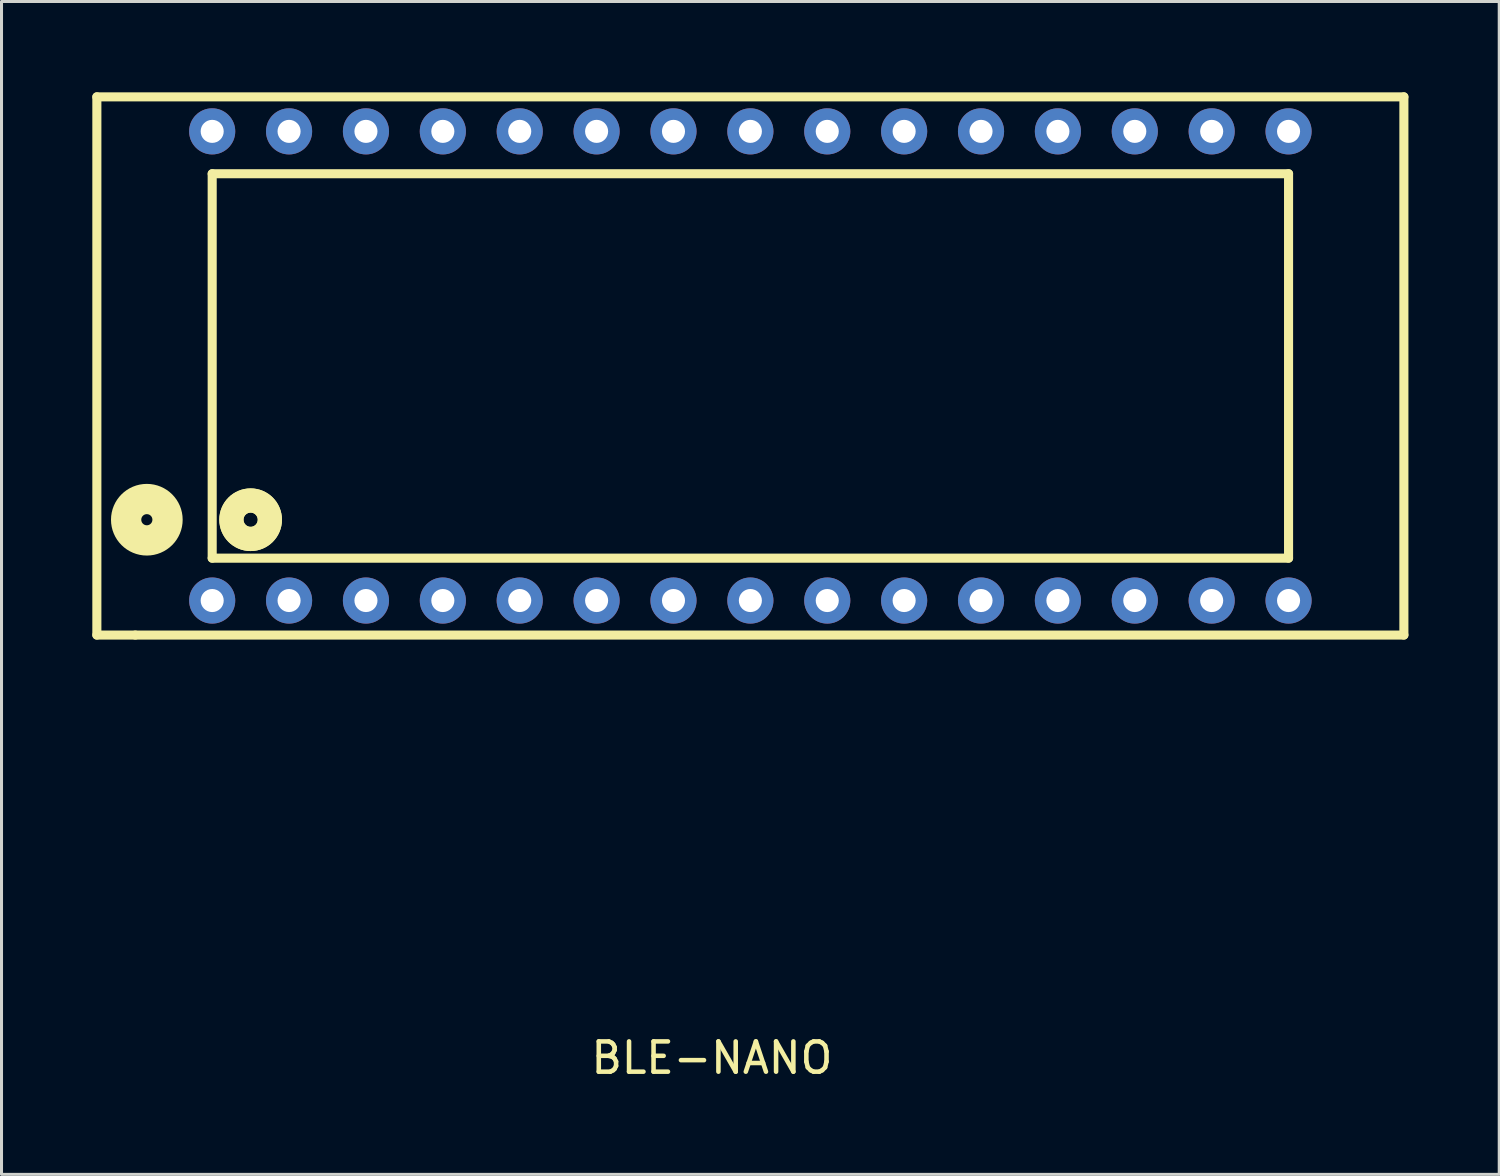
<source format=kicad_pcb>
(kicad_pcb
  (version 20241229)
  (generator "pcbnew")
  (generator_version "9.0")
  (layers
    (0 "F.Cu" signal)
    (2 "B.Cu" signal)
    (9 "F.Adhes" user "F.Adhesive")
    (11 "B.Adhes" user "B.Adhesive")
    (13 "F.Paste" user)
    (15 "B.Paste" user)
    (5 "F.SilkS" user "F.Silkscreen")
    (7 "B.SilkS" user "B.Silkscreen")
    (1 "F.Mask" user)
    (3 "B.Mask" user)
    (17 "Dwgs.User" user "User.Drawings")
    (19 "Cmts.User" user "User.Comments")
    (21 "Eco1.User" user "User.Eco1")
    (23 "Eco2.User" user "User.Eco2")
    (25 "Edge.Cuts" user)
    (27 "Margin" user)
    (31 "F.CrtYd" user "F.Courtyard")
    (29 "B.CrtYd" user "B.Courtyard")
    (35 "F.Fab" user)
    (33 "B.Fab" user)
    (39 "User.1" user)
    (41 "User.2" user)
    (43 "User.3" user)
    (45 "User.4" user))
  (footprint "BLE-NANO"
    (layer "F.Cu")
    (at 20.47 9.04)
    (property "Reference" "BLE-NANO" (at 0 22.86 0) (layer "F.SilkS") (effects (font (size 1 1) (thickness 0.15))))
    (attr through_hole)
    (fp_line (start -20.32 -8.89) (end 22.86 -8.89) (stroke (width 0.3) (type solid)) (layer "F.SilkS"))
    (fp_line (start -20.32 8.89) (end -20.32 -8.89) (stroke (width 0.3) (type solid)) (layer "F.SilkS"))
    (fp_line (start -19.05 8.89) (end -20.32 8.89) (stroke (width 0.3) (type solid)) (layer "F.SilkS"))
    (fp_line (start -16.51 -6.35) (end 19.05 -6.35) (stroke (width 0.3) (type solid)) (layer "F.SilkS"))
    (fp_line (start -16.51 6.35) (end -16.51 -6.35) (stroke (width 0.3) (type solid)) (layer "F.SilkS"))
    (fp_line (start 19.05 -6.35) (end 19.05 6.35) (stroke (width 0.3) (type solid)) (layer "F.SilkS"))
    (fp_line (start 19.05 6.35) (end -16.51 6.35) (stroke (width 0.3) (type solid)) (layer "F.SilkS"))
    (fp_line (start 22.86 -8.89) (end 22.86 8.89) (stroke (width 0.3) (type solid)) (layer "F.SilkS"))
    (fp_line (start 22.86 8.89) (end -19.05 8.89) (stroke (width 0.3) (type solid)) (layer "F.SilkS"))
    (fp_circle (center -18.669 5.08) (end -18.415 5.715) (stroke (width 1) (type solid)) (fill no) (layer "F.SilkS"))
    (fp_circle (center -15.24 5.08) (end -14.605 5.08) (stroke (width 0.8) (type solid)) (fill no) (layer "F.SilkS"))
    (fp_circle (center -15.24 5.08) (end -14.605 5.08) (stroke (width 0.8) (type solid)) (fill no) (layer "F.SilkS"))
    (pad "1" thru_hole circle (at -16.51 7.75) (size 1.524 1.524) (drill 0.762) (layers "*.Cu" "*.Mask"))
    (pad "2" thru_hole circle (at -13.97 7.75) (size 1.524 1.524) (drill 0.762) (layers "*.Cu" "*.Mask"))
    (pad "3" thru_hole circle (at -11.43 7.75) (size 1.524 1.524) (drill 0.762) (layers "*.Cu" "*.Mask"))
    (pad "4" thru_hole circle (at -8.89 7.75) (size 1.524 1.524) (drill 0.762) (layers "*.Cu" "*.Mask"))
    (pad "5" thru_hole circle (at -6.35 7.75) (size 1.524 1.524) (drill 0.762) (layers "*.Cu" "*.Mask"))
    (pad "6" thru_hole circle (at -3.81 7.75) (size 1.524 1.524) (drill 0.762) (layers "*.Cu" "*.Mask"))
    (pad "7" thru_hole circle (at -1.27 7.75) (size 1.524 1.524) (drill 0.762) (layers "*.Cu" "*.Mask"))
    (pad "8" thru_hole circle (at 1.27 7.75) (size 1.524 1.524) (drill 0.762) (layers "*.Cu" "*.Mask"))
    (pad "9" thru_hole circle (at 3.81 7.75) (size 1.524 1.524) (drill 0.762) (layers "*.Cu" "*.Mask"))
    (pad "10" thru_hole circle (at 6.35 7.75) (size 1.524 1.524) (drill 0.762) (layers "*.Cu" "*.Mask"))
    (pad "11" thru_hole circle (at 8.89 7.75) (size 1.524 1.524) (drill 0.762) (layers "*.Cu" "*.Mask"))
    (pad "12" thru_hole circle (at 11.43 7.75) (size 1.524 1.524) (drill 0.762) (layers "*.Cu" "*.Mask"))
    (pad "13" thru_hole circle (at 13.97 7.75) (size 1.524 1.524) (drill 0.762) (layers "*.Cu" "*.Mask"))
    (pad "14" thru_hole circle (at 16.51 7.75) (size 1.524 1.524) (drill 0.762) (layers "*.Cu" "*.Mask"))
    (pad "15" thru_hole circle (at 19.05 7.75) (size 1.524 1.524) (drill 0.762) (layers "*.Cu" "*.Mask"))
    (pad "16" thru_hole circle (at 19.05 -7.75) (size 1.524 1.524) (drill 0.762) (layers "*.Cu" "*.Mask"))
    (pad "17" thru_hole circle (at 16.51 -7.75) (size 1.524 1.524) (drill 0.762) (layers "*.Cu" "*.Mask"))
    (pad "18" thru_hole circle (at 13.97 -7.75) (size 1.524 1.524) (drill 0.762) (layers "*.Cu" "*.Mask"))
    (pad "19" thru_hole circle (at 11.43 -7.75) (size 1.524 1.524) (drill 0.762) (layers "*.Cu" "*.Mask"))
    (pad "20" thru_hole circle (at 8.89 -7.75) (size 1.524 1.524) (drill 0.762) (layers "*.Cu" "*.Mask"))
    (pad "21" thru_hole circle (at 6.35 -7.75) (size 1.524 1.524) (drill 0.762) (layers "*.Cu" "*.Mask"))
    (pad "22" thru_hole circle (at 3.81 -7.75) (size 1.524 1.524) (drill 0.762) (layers "*.Cu" "*.Mask"))
    (pad "23" thru_hole circle (at 1.27 -7.75) (size 1.524 1.524) (drill 0.762) (layers "*.Cu" "*.Mask"))
    (pad "24" thru_hole circle (at -1.27 -7.75) (size 1.524 1.524) (drill 0.762) (layers "*.Cu" "*.Mask"))
    (pad "25" thru_hole circle (at -3.81 -7.75) (size 1.524 1.524) (drill 0.762) (layers "*.Cu" "*.Mask"))
    (pad "26" thru_hole circle (at -6.35 -7.75) (size 1.524 1.524) (drill 0.762) (layers "*.Cu" "*.Mask"))
    (pad "27" thru_hole circle (at -8.89 -7.75) (size 1.524 1.524) (drill 0.762) (layers "*.Cu" "*.Mask"))
    (pad "28" thru_hole circle (at -11.43 -7.75) (size 1.524 1.524) (drill 0.762) (layers "*.Cu" "*.Mask"))
    (pad "29" thru_hole circle (at -13.97 -7.75) (size 1.524 1.524) (drill 0.762) (layers "*.Cu" "*.Mask"))
    (pad "30" thru_hole circle (at -16.51 -7.75) (size 1.524 1.524) (drill 0.762) (layers "*.Cu" "*.Mask")))
  (gr_rect
    (start -3 -3)
    (end 46.48 35.748)
    (stroke (width 0.1) (type default))
    (fill no)
    (layer "Edge.Cuts")))
</source>
